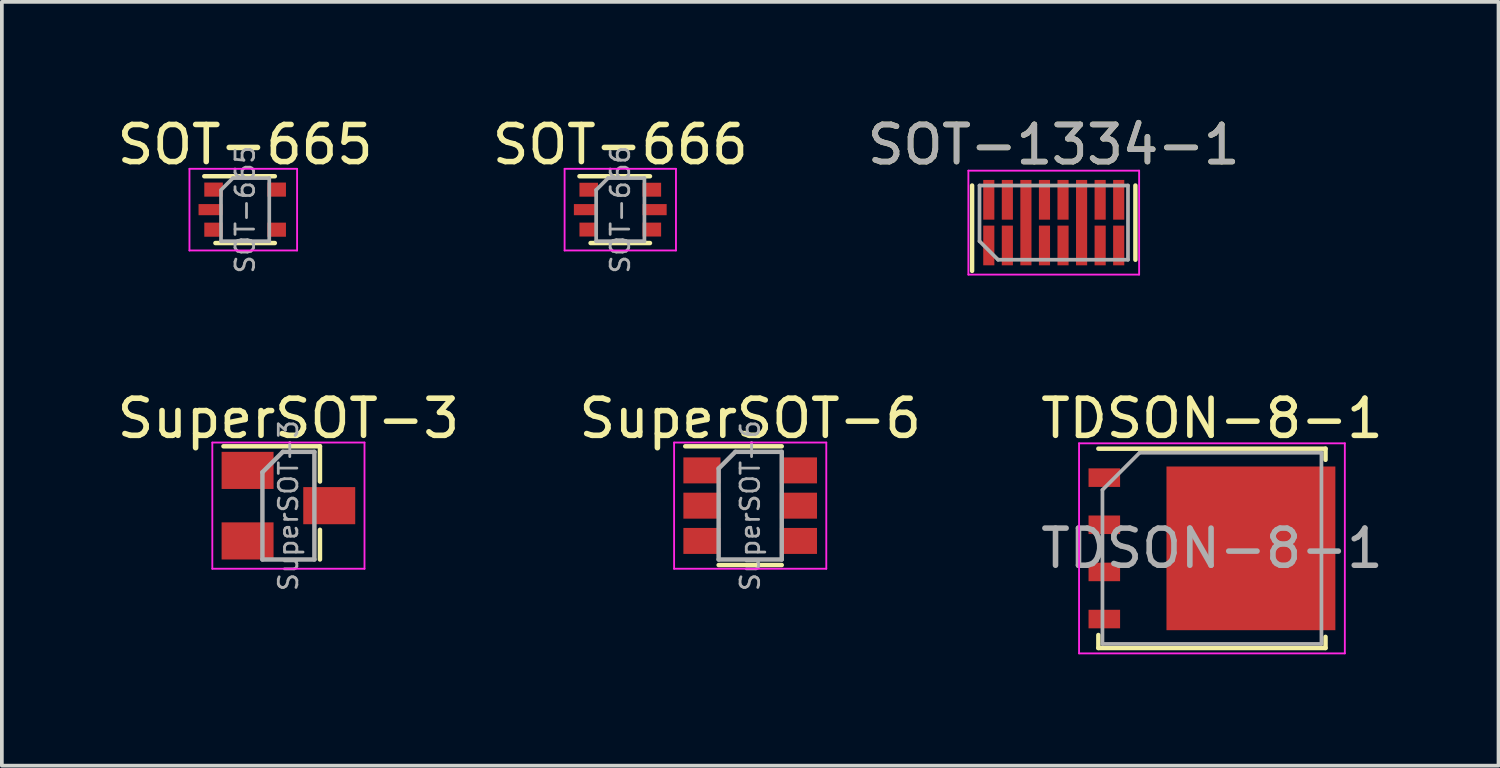
<source format=kicad_pcb>
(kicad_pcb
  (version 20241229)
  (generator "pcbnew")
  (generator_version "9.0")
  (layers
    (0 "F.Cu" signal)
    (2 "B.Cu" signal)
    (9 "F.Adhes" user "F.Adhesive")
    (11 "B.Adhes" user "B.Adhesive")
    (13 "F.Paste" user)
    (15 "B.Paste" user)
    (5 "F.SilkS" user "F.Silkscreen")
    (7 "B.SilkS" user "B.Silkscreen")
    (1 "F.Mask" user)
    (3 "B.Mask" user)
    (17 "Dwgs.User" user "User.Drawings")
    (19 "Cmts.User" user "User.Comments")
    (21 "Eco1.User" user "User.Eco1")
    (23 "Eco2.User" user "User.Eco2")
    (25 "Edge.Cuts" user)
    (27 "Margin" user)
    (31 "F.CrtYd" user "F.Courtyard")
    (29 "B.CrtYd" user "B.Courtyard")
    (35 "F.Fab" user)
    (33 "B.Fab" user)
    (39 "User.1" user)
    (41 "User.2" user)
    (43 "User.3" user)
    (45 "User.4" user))
  (footprint "SuperSOT-3"
    (layer "F.Cu")
    (at 4.72 10.573)
    (property "Reference" "SuperSOT-3" (at 0 -2.35 0) (layer "F.SilkS") (effects (font (size 1 1) (thickness 0.15))))
    (attr smd)
    (fp_line (start -1.75 -1.6) (end 0.85 -1.6) (stroke (width 0.12) (type solid)) (layer "F.SilkS"))
    (fp_line (start 0.85 -1.6) (end 0.85 -0.65) (stroke (width 0.12) (type solid)) (layer "F.SilkS"))
    (fp_line (start 0.85 0.65) (end 0.85 1.45) (stroke (width 0.12) (type solid)) (layer "F.SilkS"))
    (fp_line (start -2.05 -1.7) (end -2.05 1.7) (stroke (width 0.05) (type solid)) (layer "F.CrtYd"))
    (fp_line (start -2.05 -1.7) (end 2.05 -1.7) (stroke (width 0.05) (type solid)) (layer "F.CrtYd"))
    (fp_line (start 2.05 1.7) (end -2.05 1.7) (stroke (width 0.05) (type solid)) (layer "F.CrtYd"))
    (fp_line (start 2.05 1.7) (end 2.05 -1.7) (stroke (width 0.05) (type solid)) (layer "F.CrtYd"))
    (fp_line (start -0.7 -0.9) (end -0.15 -1.45) (stroke (width 0.12) (type solid)) (layer "F.Fab"))
    (fp_line (start -0.7 1.45) (end -0.7 -0.9) (stroke (width 0.12) (type solid)) (layer "F.Fab"))
    (fp_line (start -0.15 -1.45) (end 0.7 -1.45) (stroke (width 0.12) (type solid)) (layer "F.Fab"))
    (fp_line (start 0.7 -1.45) (end 0.7 1.45) (stroke (width 0.12) (type solid)) (layer "F.Fab"))
    (fp_line (start 0.7 1.45) (end -0.7 1.45) (stroke (width 0.12) (type solid)) (layer "F.Fab"))
    (fp_text user "${REFERENCE}" (at 0 0 90) (layer "F.Fab") (effects (font (size 0.5 0.5) (thickness 0.075))))
    (pad "1" smd rect (at -1.1 -0.95) (size 1.4 1) (layers "F.Cu" "F.Mask" "F.Paste"))
    (pad "2" smd rect (at -1.1 0.95) (size 1.4 1) (layers "F.Cu" "F.Mask" "F.Paste"))
    (pad "3" smd rect (at 1.1 0) (size 1.4 1) (layers "F.Cu" "F.Mask" "F.Paste")))
  (footprint "SuperSOT-6"
    (layer "F.Cu")
    (at 17.161 10.573)
    (property "Reference" "SuperSOT-6" (at 0 -2.35 0) (layer "F.SilkS") (effects (font (size 1 1) (thickness 0.15))))
    (attr smd)
    (fp_line (start 0.85 -1.6) (end -1.75 -1.6) (stroke (width 0.12) (type solid)) (layer "F.SilkS"))
    (fp_line (start 0.85 1.6) (end -0.85 1.6) (stroke (width 0.12) (type solid)) (layer "F.SilkS"))
    (fp_line (start -2.05 -1.7) (end -2.05 1.7) (stroke (width 0.05) (type solid)) (layer "F.CrtYd"))
    (fp_line (start -2.05 -1.7) (end 2.05 -1.7) (stroke (width 0.05) (type solid)) (layer "F.CrtYd"))
    (fp_line (start 2.05 1.7) (end -2.05 1.7) (stroke (width 0.05) (type solid)) (layer "F.CrtYd"))
    (fp_line (start 2.05 1.7) (end 2.05 -1.7) (stroke (width 0.05) (type solid)) (layer "F.CrtYd"))
    (fp_line (start -0.85 -1) (end -0.85 1.45) (stroke (width 0.12) (type solid)) (layer "F.Fab"))
    (fp_line (start -0.85 1.45) (end 0.85 1.45) (stroke (width 0.12) (type solid)) (layer "F.Fab"))
    (fp_line (start -0.4 -1.45) (end -0.85 -1) (stroke (width 0.12) (type solid)) (layer "F.Fab"))
    (fp_line (start 0.85 -1.45) (end -0.4 -1.45) (stroke (width 0.12) (type solid)) (layer "F.Fab"))
    (fp_line (start 0.85 1.45) (end 0.85 -1.45) (stroke (width 0.12) (type solid)) (layer "F.Fab"))
    (fp_text user "${REFERENCE}" (at 0 0 90) (layer "F.Fab") (effects (font (size 0.5 0.5) (thickness 0.075))))
    (pad "1" smd rect (at -1.3 -0.95) (size 1 0.7) (layers "F.Cu" "F.Mask" "F.Paste"))
    (pad "2" smd rect (at -1.3 0) (size 1 0.7) (layers "F.Cu" "F.Mask" "F.Paste"))
    (pad "3" smd rect (at -1.3 0.95) (size 1 0.7) (layers "F.Cu" "F.Mask" "F.Paste"))
    (pad "4" smd rect (at 1.3 0.95) (size 1 0.7) (layers "F.Cu" "F.Mask" "F.Paste"))
    (pad "5" smd rect (at 1.3 0) (size 1 0.7) (layers "F.Cu" "F.Mask" "F.Paste"))
    (pad "6" smd rect (at 1.3 -0.95) (size 1 0.7) (layers "F.Cu" "F.Mask" "F.Paste")))
  (footprint "TDSON-8-1"
    (layer "F.Cu")
    (at 29.601 11.723)
    (property "Reference" "TDSON-8-1" (at 0 -3.5 0) (layer "F.SilkS") (effects (font (size 1 1) (thickness 0.15))))
    (attr smd)
    (fp_line (start -3.06 2.335) (end -3.06 2.685) (stroke (width 0.12) (type solid)) (layer "F.SilkS"))
    (fp_line (start 3.06 -2.685) (end -3.06 -2.685) (stroke (width 0.12) (type solid)) (layer "F.SilkS"))
    (fp_line (start 3.06 -2.385) (end 3.06 -2.685) (stroke (width 0.12) (type solid)) (layer "F.SilkS"))
    (fp_line (start 3.06 2.385) (end 3.06 2.685) (stroke (width 0.12) (type solid)) (layer "F.SilkS"))
    (fp_line (start 3.06 2.685) (end -3.06 2.685) (stroke (width 0.12) (type solid)) (layer "F.SilkS"))
    (fp_line (start -3.58 -2.83) (end -3.58 2.83) (stroke (width 0.05) (type solid)) (layer "F.CrtYd"))
    (fp_line (start -3.58 2.83) (end 3.58 2.83) (stroke (width 0.05) (type solid)) (layer "F.CrtYd"))
    (fp_line (start 3.58 -2.83) (end -3.58 -2.83) (stroke (width 0.05) (type solid)) (layer "F.CrtYd"))
    (fp_line (start 3.58 2.83) (end 3.58 -2.83) (stroke (width 0.05) (type solid)) (layer "F.CrtYd"))
    (fp_line (start -2.95 2.575) (end -2.95 -1.575) (stroke (width 0.1) (type solid)) (layer "F.Fab"))
    (fp_line (start -1.95 -2.575) (end -2.95 -1.575) (stroke (width 0.1) (type solid)) (layer "F.Fab"))
    (fp_line (start -1.95 -2.575) (end 2.95 -2.575) (stroke (width 0.1) (type solid)) (layer "F.Fab"))
    (fp_line (start 2.95 -2.575) (end 2.95 2.575) (stroke (width 0.1) (type solid)) (layer "F.Fab"))
    (fp_line (start 2.95 2.575) (end -2.95 2.575) (stroke (width 0.1) (type solid)) (layer "F.Fab"))
    (fp_text user "${REFERENCE}" (at 0 0 0) (layer "F.Fab") (effects (font (size 1 1) (thickness 0.15))))
    (pad "" smd rect (at -0.2 -0.85) (size 1.5 1.5) (layers "F.Paste"))
    (pad "" smd rect (at -0.2 0.85) (size 1.5 1.5) (layers "F.Paste"))
    (pad "" smd custom (at 0.65 0) (size 3.75 4.41) (layers "F.Mask") (options (anchor rect)) (primitives (gr_poly (pts (xy 2.675 -1.605) (xy 1.875 -1.605) (xy 1.875 -2.205) (xy 2.675 -2.205)) (width 0) (fill yes)) (gr_poly (pts (xy 2.675 -0.335) (xy 1.875 -0.335) (xy 1.875 -0.935) (xy 2.675 -0.935)) (width 0) (fill yes)) (gr_poly (pts (xy 2.675 0.935) (xy 1.875 0.935) (xy 1.875 0.335) (xy 2.675 0.335)) (width 0) (fill yes)) (gr_poly (pts (xy 2.675 2.205) (xy 1.875 2.205) (xy 1.875 1.605) (xy 2.675 1.605)) (width 0) (fill yes))))
    (pad "" smd rect (at 1.5 -0.85) (size 1.5 1.5) (layers "F.Paste"))
    (pad "" smd rect (at 1.5 0.85) (size 1.5 1.5) (layers "F.Paste"))
    (pad "" smd rect (at 2.905 -1.905) (size 0.75 0.5) (layers "F.Paste"))
    (pad "" smd rect (at 2.905 -0.635) (size 0.75 0.5) (layers "F.Paste"))
    (pad "" smd rect (at 2.905 0.635) (size 0.75 0.5) (layers "F.Paste"))
    (pad "" smd rect (at 2.905 1.905) (size 0.75 0.5) (layers "F.Paste"))
    (pad "1" smd rect (at -2.9 -1.905) (size 0.85 0.5) (layers "F.Cu" "F.Mask" "F.Paste"))
    (pad "2" smd rect (at -2.9 -0.635) (size 0.85 0.5) (layers "F.Cu" "F.Mask" "F.Paste"))
    (pad "3" smd rect (at -2.9 0.635) (size 0.85 0.5) (layers "F.Cu" "F.Mask" "F.Paste"))
    (pad "4" smd rect (at -2.9 1.905) (size 0.85 0.5) (layers "F.Cu" "F.Mask" "F.Paste"))
    (pad "5" smd rect (at 1.05 0) (size 4.55 4.41) (layers "F.Cu")))
  (footprint "SOT-1334-1"
    (layer "F.Cu")
    (at 25.339 2.948)
    (property "Reference" "SOT-1334-1" (at 0 -2.1 0) (layer "F.SilkS") (effects (font (size 1 1) (thickness 0.15))))
    (attr smd)
    (fp_line (start -2.2 -1) (end -2.2 1.3) (stroke (width 0.12) (type solid)) (layer "F.SilkS"))
    (fp_line (start 2.2 -1) (end 2.2 1) (stroke (width 0.12) (type solid)) (layer "F.SilkS"))
    (fp_line (start -2.3 -1.4) (end 2.3 -1.4) (stroke (width 0.05) (type solid)) (layer "F.CrtYd"))
    (fp_line (start -2.3 1.4) (end -2.3 -1.4) (stroke (width 0.05) (type solid)) (layer "F.CrtYd"))
    (fp_line (start 2.3 -1.4) (end 2.3 1.4) (stroke (width 0.05) (type solid)) (layer "F.CrtYd"))
    (fp_line (start 2.3 1.4) (end -2.3 1.4) (stroke (width 0.05) (type solid)) (layer "F.CrtYd"))
    (fp_line (start -2 -1) (end 2 -1) (stroke (width 0.1) (type solid)) (layer "F.Fab"))
    (fp_line (start -2 0.5) (end -2 -1) (stroke (width 0.1) (type solid)) (layer "F.Fab"))
    (fp_line (start -1.5 1) (end -2 0.5) (stroke (width 0.1) (type solid)) (layer "F.Fab"))
    (fp_line (start 2 -1) (end 2 1) (stroke (width 0.1) (type solid)) (layer "F.Fab"))
    (fp_line (start 2 1) (end -1.5 1) (stroke (width 0.1) (type solid)) (layer "F.Fab"))
    (fp_text user "${REFERENCE}" (at 0 -2.1 0) (layer "F.Fab") (effects (font (size 1 1) (thickness 0.15))))
    (pad "1" smd rect (at -1.75 0.615) (size 0.3 1.07) (layers "F.Cu" "F.Mask" "F.Paste"))
    (pad "2" smd rect (at -1.25 0.615) (size 0.3 1.07) (layers "F.Cu" "F.Mask" "F.Paste"))
    (pad "3" smd rect (at -0.75 0) (size 0.3 2.3) (layers "F.Cu" "F.Mask" "F.Paste"))
    (pad "4" smd rect (at -0.25 0.615) (size 0.3 1.07) (layers "F.Cu" "F.Mask" "F.Paste"))
    (pad "5" smd rect (at 0.25 0.615) (size 0.3 1.07) (layers "F.Cu" "F.Mask" "F.Paste"))
    (pad "6" smd rect (at 0.75 0) (size 0.3 2.3) (layers "F.Cu" "F.Mask" "F.Paste"))
    (pad "7" smd rect (at 1.25 0.615) (size 0.3 1.07) (layers "F.Cu" "F.Mask" "F.Paste"))
    (pad "8" smd rect (at 1.75 0.615) (size 0.3 1.07) (layers "F.Cu" "F.Mask" "F.Paste"))
    (pad "9" smd rect (at 1.75 -0.615) (size 0.3 1.07) (layers "F.Cu" "F.Mask" "F.Paste"))
    (pad "10" smd rect (at 1.25 -0.615) (size 0.3 1.07) (layers "F.Cu" "F.Mask" "F.Paste"))
    (pad "11" smd rect (at 0.25 -0.615) (size 0.3 1.07) (layers "F.Cu" "F.Mask" "F.Paste"))
    (pad "12" smd rect (at -0.25 -0.615) (size 0.3 1.07) (layers "F.Cu" "F.Mask" "F.Paste"))
    (pad "13" smd rect (at -1.25 -0.615) (size 0.3 1.07) (layers "F.Cu" "F.Mask" "F.Paste"))
    (pad "14" smd rect (at -1.75 -0.615) (size 0.3 1.07) (layers "F.Cu" "F.Mask" "F.Paste")))
  (footprint "SOT-666"
    (layer "F.Cu")
    (at 13.661 2.598)
    (property "Reference" "SOT-666" (at 0 -1.75 0) (layer "F.SilkS") (effects (font (size 1 1) (thickness 0.15))))
    (attr smd)
    (fp_line (start -0.8 0.9) (end 0.8 0.9) (stroke (width 0.12) (type solid)) (layer "F.SilkS"))
    (fp_line (start 0.8 -0.9) (end -1.1 -0.9) (stroke (width 0.12) (type solid)) (layer "F.SilkS"))
    (fp_line (start -1.5 -1.1) (end -1.5 1.1) (stroke (width 0.05) (type solid)) (layer "F.CrtYd"))
    (fp_line (start -1.5 -1.1) (end 1.5 -1.1) (stroke (width 0.05) (type solid)) (layer "F.CrtYd"))
    (fp_line (start -1.5 1.1) (end 1.5 1.1) (stroke (width 0.05) (type solid)) (layer "F.CrtYd"))
    (fp_line (start 1.5 1.1) (end 1.5 -1.1) (stroke (width 0.05) (type solid)) (layer "F.CrtYd"))
    (fp_line (start -0.65 -0.53) (end -0.65 0.85) (stroke (width 0.1) (type solid)) (layer "F.Fab"))
    (fp_line (start -0.65 -0.53) (end -0.33 -0.85) (stroke (width 0.1) (type solid)) (layer "F.Fab"))
    (fp_line (start 0.65 -0.85) (end -0.33 -0.85) (stroke (width 0.1) (type solid)) (layer "F.Fab"))
    (fp_line (start 0.65 -0.85) (end 0.65 0.85) (stroke (width 0.1) (type solid)) (layer "F.Fab"))
    (fp_line (start 0.65 0.85) (end -0.65 0.85) (stroke (width 0.1) (type solid)) (layer "F.Fab"))
    (fp_text user "${REFERENCE}" (at 0 0 90) (layer "F.Fab") (effects (font (size 0.5 0.5) (thickness 0.075))))
    (pad "1" smd rect (at -0.85 -0.537) (size 0.5 0.375) (layers "F.Cu" "F.Mask" "F.Paste"))
    (pad "2" smd rect (at -0.925 0) (size 0.65 0.3) (layers "F.Cu" "F.Mask" "F.Paste"))
    (pad "3" smd rect (at -0.85 0.537) (size 0.5 0.375) (layers "F.Cu" "F.Mask" "F.Paste"))
    (pad "4" smd rect (at 0.85 0.537) (size 0.5 0.375) (layers "F.Cu" "F.Mask" "F.Paste"))
    (pad "5" smd rect (at 0.925 0) (size 0.65 0.3) (layers "F.Cu" "F.Mask" "F.Paste"))
    (pad "6" smd rect (at 0.85 -0.537) (size 0.5 0.375) (layers "F.Cu" "F.Mask" "F.Paste")))
  (footprint "SOT-665"
    (layer "F.Cu")
    (at 3.554 2.598)
    (property "Reference" "SOT-665" (at 0 -1.75 0) (layer "F.SilkS") (effects (font (size 1 1) (thickness 0.15))))
    (attr smd)
    (fp_line (start -0.8 0.9) (end 0.8 0.9) (stroke (width 0.12) (type solid)) (layer "F.SilkS"))
    (fp_line (start 0.8 -0.9) (end -1.1 -0.9) (stroke (width 0.12) (type solid)) (layer "F.SilkS"))
    (fp_line (start -1.5 -1.1) (end -1.5 1.1) (stroke (width 0.05) (type solid)) (layer "F.CrtYd"))
    (fp_line (start -1.5 -1.1) (end 1.4 -1.1) (stroke (width 0.05) (type solid)) (layer "F.CrtYd"))
    (fp_line (start -1.5 1.1) (end 1.4 1.1) (stroke (width 0.05) (type solid)) (layer "F.CrtYd"))
    (fp_line (start 1.4 1.1) (end 1.4 -1.1) (stroke (width 0.05) (type solid)) (layer "F.CrtYd"))
    (fp_line (start -0.65 -0.53) (end -0.33 -0.85) (stroke (width 0.1) (type solid)) (layer "F.Fab"))
    (fp_line (start -0.65 -0.51) (end -0.65 0.85) (stroke (width 0.1) (type solid)) (layer "F.Fab"))
    (fp_line (start 0.65 -0.85) (end -0.33 -0.85) (stroke (width 0.1) (type solid)) (layer "F.Fab"))
    (fp_line (start 0.65 -0.85) (end 0.65 0.85) (stroke (width 0.1) (type solid)) (layer "F.Fab"))
    (fp_line (start 0.65 0.85) (end -0.65 0.85) (stroke (width 0.1) (type solid)) (layer "F.Fab"))
    (fp_text user "${REFERENCE}" (at 0 0 90) (layer "F.Fab") (effects (font (size 0.5 0.5) (thickness 0.075))))
    (pad "1" smd rect (at -0.85 -0.54) (size 0.5 0.38) (layers "F.Cu" "F.Mask" "F.Paste"))
    (pad "2" smd rect (at -0.93 0) (size 0.65 0.3) (layers "F.Cu" "F.Mask" "F.Paste"))
    (pad "3" smd rect (at -0.85 0.54) (size 0.5 0.38) (layers "F.Cu" "F.Mask" "F.Paste"))
    (pad "4" smd rect (at 0.85 0.54) (size 0.5 0.38) (layers "F.Cu" "F.Mask" "F.Paste"))
    (pad "5" smd rect (at 0.85 -0.54) (size 0.5 0.38) (layers "F.Cu" "F.Mask" "F.Paste")))
  (gr_rect
    (start -3 -3)
    (end 37.321 17.578)
    (stroke (width 0.1) (type default))
    (fill no)
    (layer "Edge.Cuts")))
</source>
